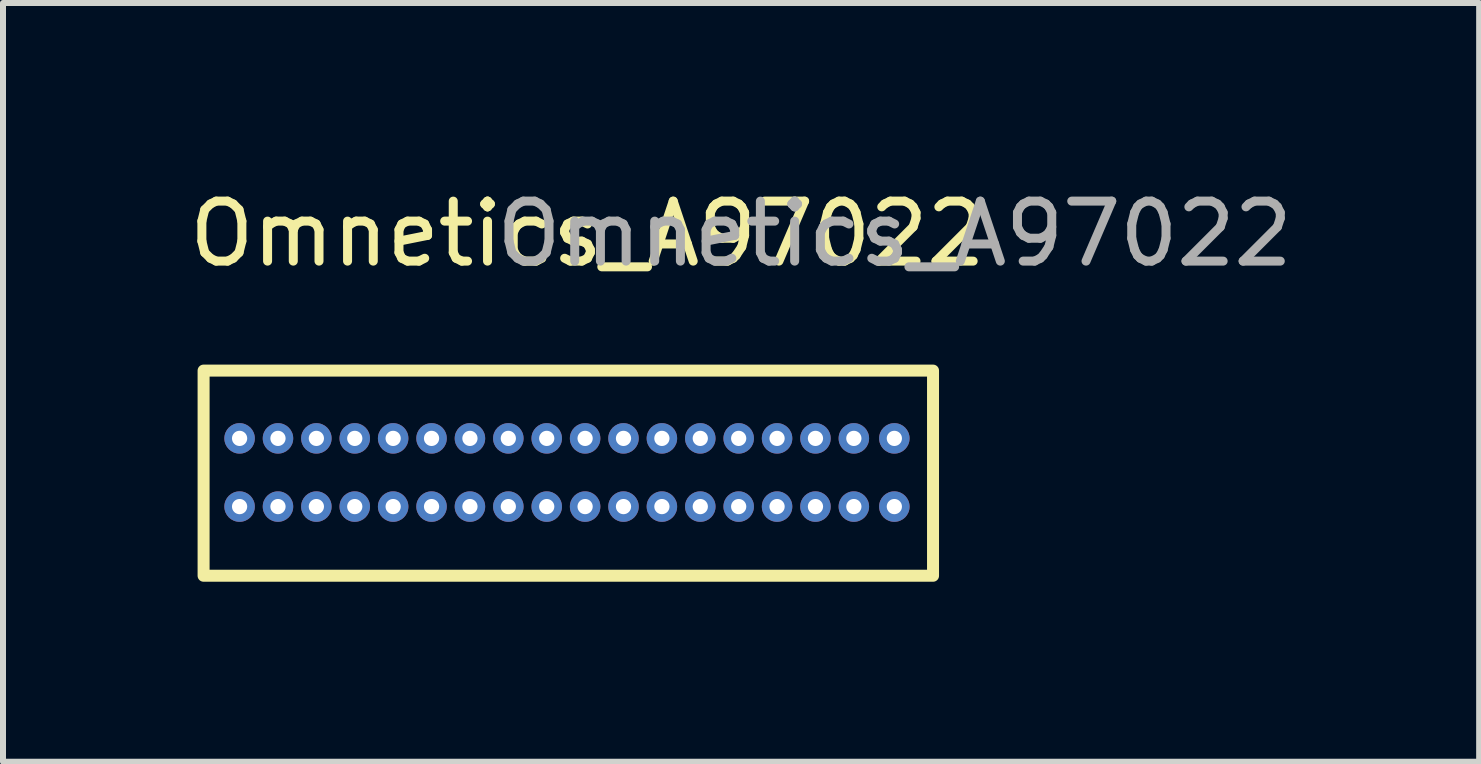
<source format=kicad_pcb>
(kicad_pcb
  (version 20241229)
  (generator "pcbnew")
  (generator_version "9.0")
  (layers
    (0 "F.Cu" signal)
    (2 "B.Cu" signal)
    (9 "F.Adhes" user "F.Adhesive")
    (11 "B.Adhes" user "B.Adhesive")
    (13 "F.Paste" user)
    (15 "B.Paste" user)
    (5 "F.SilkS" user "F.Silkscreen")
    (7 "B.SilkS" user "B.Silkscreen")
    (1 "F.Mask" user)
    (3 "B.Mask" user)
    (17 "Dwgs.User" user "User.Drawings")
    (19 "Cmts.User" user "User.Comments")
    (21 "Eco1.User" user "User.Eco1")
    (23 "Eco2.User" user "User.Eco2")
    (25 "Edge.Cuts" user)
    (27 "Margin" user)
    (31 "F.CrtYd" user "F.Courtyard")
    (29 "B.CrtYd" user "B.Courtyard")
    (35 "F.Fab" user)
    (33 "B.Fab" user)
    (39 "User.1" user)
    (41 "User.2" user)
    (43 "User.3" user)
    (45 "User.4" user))
  (footprint "Omnetics_A97022"
    (layer "F.Cu")
    (at 6.744 3.128)
    (property "Reference" "Omnetics_A97022" (at 0 -2.28 0) (unlocked yes) (layer "F.SilkS") (effects (font (size 1 1) (thickness 0.15))))
    (attr through_hole)
    (fp_rect (start -6.4 0) (end 5.76 3.42) (stroke (width 0.2) (type solid)) (fill no) (layer "F.SilkS"))
    (fp_text user "${REFERENCE}" (at 5.12 -2.28 0) (unlocked yes) (layer "F.Fab") (effects (font (size 1 1) (thickness 0.15))))
    (pad "1" thru_hole circle (at -0.04 1.13) (size 0.508 0.508) (drill 0.254) (layers "*.Cu" "*.Mask"))
    (pad "2" thru_hole circle (at 0.6 1.13) (size 0.508 0.508) (drill 0.254) (layers "*.Cu" "*.Mask"))
    (pad "3" thru_hole circle (at 1.24 1.13) (size 0.508 0.508) (drill 0.254) (layers "*.Cu" "*.Mask"))
    (pad "4" thru_hole circle (at 1.88 1.13) (size 0.508 0.508) (drill 0.254) (layers "*.Cu" "*.Mask"))
    (pad "5" thru_hole circle (at 2.52 1.13) (size 0.508 0.508) (drill 0.254) (layers "*.Cu" "*.Mask"))
    (pad "6" thru_hole circle (at 3.16 1.13) (size 0.508 0.508) (drill 0.254) (layers "*.Cu" "*.Mask"))
    (pad "7" thru_hole circle (at 3.8 1.13) (size 0.508 0.508) (drill 0.254) (layers "*.Cu" "*.Mask"))
    (pad "8" thru_hole circle (at 4.44 1.13) (size 0.508 0.508) (drill 0.254) (layers "*.Cu" "*.Mask"))
    (pad "9" thru_hole circle (at 4.44 2.267) (size 0.508 0.508) (drill 0.254) (layers "*.Cu" "*.Mask"))
    (pad "10" thru_hole circle (at 3.8 2.267) (size 0.508 0.508) (drill 0.254) (layers "*.Cu" "*.Mask"))
    (pad "11" thru_hole circle (at 3.16 2.267) (size 0.508 0.508) (drill 0.254) (layers "*.Cu" "*.Mask"))
    (pad "12" thru_hole circle (at 2.52 2.267) (size 0.508 0.508) (drill 0.254) (layers "*.Cu" "*.Mask"))
    (pad "13" thru_hole circle (at 1.88 2.267) (size 0.508 0.508) (drill 0.254) (layers "*.Cu" "*.Mask"))
    (pad "14" thru_hole circle (at 1.24 2.267) (size 0.508 0.508) (drill 0.254) (layers "*.Cu" "*.Mask"))
    (pad "15" thru_hole circle (at 0.6 2.267) (size 0.508 0.508) (drill 0.254) (layers "*.Cu" "*.Mask"))
    (pad "16" thru_hole circle (at -0.04 2.267) (size 0.508 0.508) (drill 0.254) (layers "*.Cu" "*.Mask"))
    (pad "17" thru_hole circle (at -0.68 2.267) (size 0.508 0.508) (drill 0.254) (layers "*.Cu" "*.Mask"))
    (pad "18" thru_hole circle (at -1.32 2.267) (size 0.508 0.508) (drill 0.254) (layers "*.Cu" "*.Mask"))
    (pad "19" thru_hole circle (at -1.96 2.267) (size 0.508 0.508) (drill 0.254) (layers "*.Cu" "*.Mask"))
    (pad "20" thru_hole circle (at -2.6 2.267) (size 0.508 0.508) (drill 0.254) (layers "*.Cu" "*.Mask"))
    (pad "21" thru_hole circle (at -3.24 2.267) (size 0.508 0.508) (drill 0.254) (layers "*.Cu" "*.Mask"))
    (pad "22" thru_hole circle (at -3.88 2.267) (size 0.508 0.508) (drill 0.254) (layers "*.Cu" "*.Mask"))
    (pad "23" thru_hole circle (at -4.52 2.267) (size 0.508 0.508) (drill 0.254) (layers "*.Cu" "*.Mask"))
    (pad "24" thru_hole circle (at -5.16 2.267) (size 0.508 0.508) (drill 0.254) (layers "*.Cu" "*.Mask"))
    (pad "25" thru_hole circle (at -5.16 1.13) (size 0.508 0.508) (drill 0.254) (layers "*.Cu" "*.Mask"))
    (pad "26" thru_hole circle (at -4.52 1.13) (size 0.508 0.508) (drill 0.254) (layers "*.Cu" "*.Mask"))
    (pad "27" thru_hole circle (at -3.88 1.13) (size 0.508 0.508) (drill 0.254) (layers "*.Cu" "*.Mask"))
    (pad "28" thru_hole circle (at -3.24 1.13) (size 0.508 0.508) (drill 0.254) (layers "*.Cu" "*.Mask"))
    (pad "29" thru_hole circle (at -2.6 1.13) (size 0.508 0.508) (drill 0.254) (layers "*.Cu" "*.Mask"))
    (pad "30" thru_hole circle (at -1.96 1.13) (size 0.508 0.508) (drill 0.254) (layers "*.Cu" "*.Mask"))
    (pad "31" thru_hole circle (at -1.32 1.13) (size 0.508 0.508) (drill 0.254) (layers "*.Cu" "*.Mask"))
    (pad "32" thru_hole circle (at -0.68 1.13) (size 0.508 0.508) (drill 0.254) (layers "*.Cu" "*.Mask"))
    (pad "33" thru_hole circle (at 5.115 1.13) (size 0.508 0.508) (drill 0.254) (layers "*.Cu" "*.Mask"))
    (pad "34" thru_hole circle (at 5.115 2.267) (size 0.508 0.508) (drill 0.254) (layers "*.Cu" "*.Mask"))
    (pad "35" thru_hole circle (at -5.8 2.267) (size 0.508 0.508) (drill 0.254) (layers "*.Cu" "*.Mask"))
    (pad "36" thru_hole circle (at -5.8 1.13) (size 0.508 0.508) (drill 0.254) (layers "*.Cu" "*.Mask")))
  (gr_rect
    (start -3 -3)
    (end 21.608 9.648)
    (stroke (width 0.1) (type default))
    (fill no)
    (layer "Edge.Cuts")))
</source>
